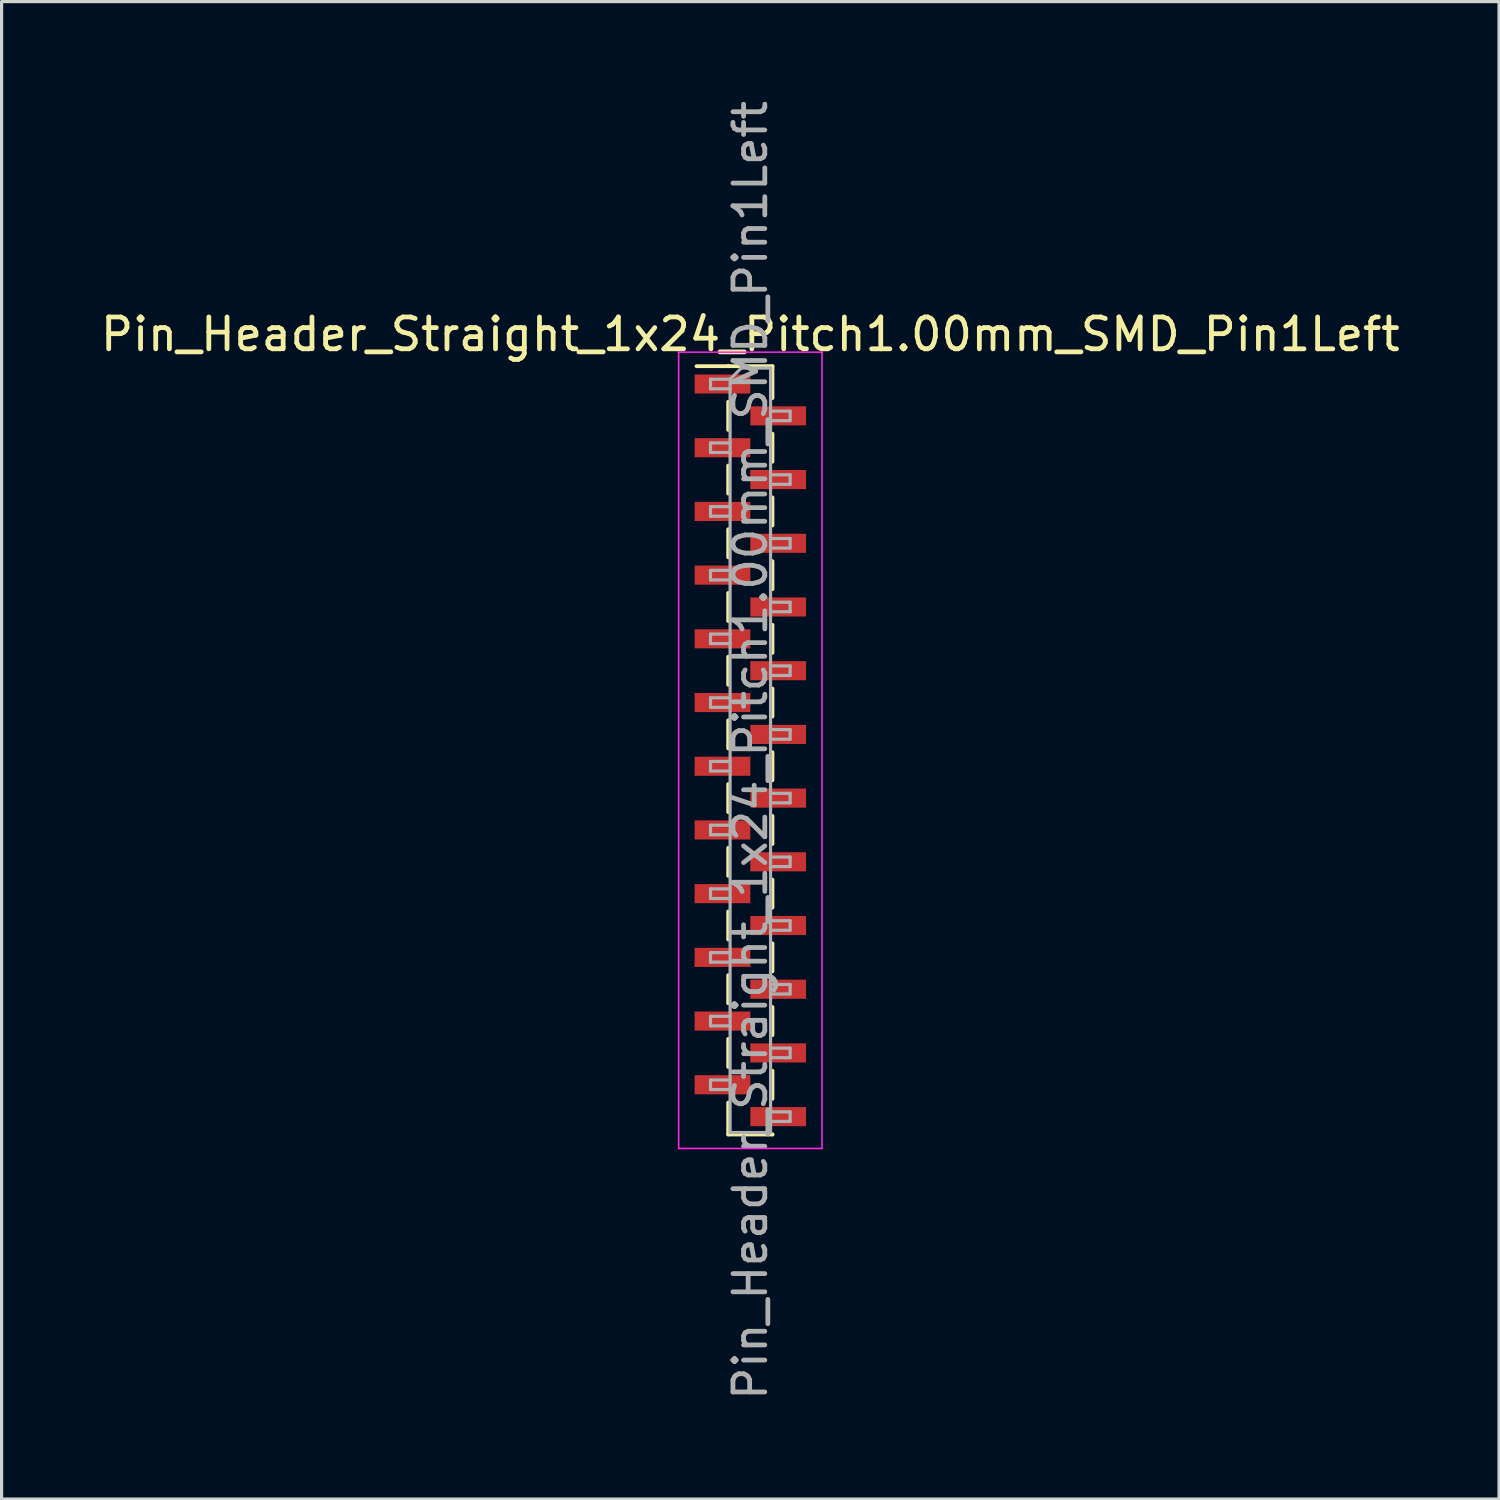
<source format=kicad_pcb>
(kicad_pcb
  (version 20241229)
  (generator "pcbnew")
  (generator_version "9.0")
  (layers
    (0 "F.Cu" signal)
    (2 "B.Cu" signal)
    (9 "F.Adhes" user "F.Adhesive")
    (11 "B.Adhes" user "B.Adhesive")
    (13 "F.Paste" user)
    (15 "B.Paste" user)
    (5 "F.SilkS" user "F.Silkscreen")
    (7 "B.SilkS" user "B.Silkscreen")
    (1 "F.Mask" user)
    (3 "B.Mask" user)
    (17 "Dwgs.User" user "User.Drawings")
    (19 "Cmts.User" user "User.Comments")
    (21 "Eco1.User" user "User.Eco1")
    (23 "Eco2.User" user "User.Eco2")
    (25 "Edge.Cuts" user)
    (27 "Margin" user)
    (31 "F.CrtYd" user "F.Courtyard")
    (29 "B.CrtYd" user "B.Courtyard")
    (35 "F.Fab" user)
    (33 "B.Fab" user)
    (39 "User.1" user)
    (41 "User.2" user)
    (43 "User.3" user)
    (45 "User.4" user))
  (footprint "Pin_Header_Straight_1x24_Pitch1.00mm_SMD_Pin1Left"
    (layer "F.Cu")
    (at 20.506 20.506)
    (property "Reference" "Pin_Header_Straight_1x24_Pitch1.00mm_SMD_Pin1Left" (at 0 -13.06 0) (layer "F.SilkS") (effects (font (size 1 1) (thickness 0.15))))
    (attr smd)
    (fp_line (start -0.695 -12.06) (end -1.69 -12.06) (stroke (width 0.12) (type solid)) (layer "F.SilkS"))
    (fp_line (start -0.695 -12.06) (end -0.695 -12.06) (stroke (width 0.12) (type solid)) (layer "F.SilkS"))
    (fp_line (start -0.695 -12.06) (end 0.695 -12.06) (stroke (width 0.12) (type solid)) (layer "F.SilkS"))
    (fp_line (start -0.695 -10.94) (end -0.695 -10.06) (stroke (width 0.12) (type solid)) (layer "F.SilkS"))
    (fp_line (start -0.695 -8.94) (end -0.695 -8.06) (stroke (width 0.12) (type solid)) (layer "F.SilkS"))
    (fp_line (start -0.695 -6.94) (end -0.695 -6.06) (stroke (width 0.12) (type solid)) (layer "F.SilkS"))
    (fp_line (start -0.695 -4.94) (end -0.695 -4.06) (stroke (width 0.12) (type solid)) (layer "F.SilkS"))
    (fp_line (start -0.695 -2.94) (end -0.695 -2.06) (stroke (width 0.12) (type solid)) (layer "F.SilkS"))
    (fp_line (start -0.695 -0.94) (end -0.695 -0.06) (stroke (width 0.12) (type solid)) (layer "F.SilkS"))
    (fp_line (start -0.695 1.06) (end -0.695 1.94) (stroke (width 0.12) (type solid)) (layer "F.SilkS"))
    (fp_line (start -0.695 3.06) (end -0.695 3.94) (stroke (width 0.12) (type solid)) (layer "F.SilkS"))
    (fp_line (start -0.695 5.06) (end -0.695 5.94) (stroke (width 0.12) (type solid)) (layer "F.SilkS"))
    (fp_line (start -0.695 7.06) (end -0.695 7.94) (stroke (width 0.12) (type solid)) (layer "F.SilkS"))
    (fp_line (start -0.695 9.06) (end -0.695 9.94) (stroke (width 0.12) (type solid)) (layer "F.SilkS"))
    (fp_line (start -0.695 11.06) (end -0.695 12.06) (stroke (width 0.12) (type solid)) (layer "F.SilkS"))
    (fp_line (start -0.695 12.06) (end 0.695 12.06) (stroke (width 0.12) (type solid)) (layer "F.SilkS"))
    (fp_line (start 0.695 -12.06) (end 0.695 -11.06) (stroke (width 0.12) (type solid)) (layer "F.SilkS"))
    (fp_line (start 0.695 -9.94) (end 0.695 -9.06) (stroke (width 0.12) (type solid)) (layer "F.SilkS"))
    (fp_line (start 0.695 -7.94) (end 0.695 -7.06) (stroke (width 0.12) (type solid)) (layer "F.SilkS"))
    (fp_line (start 0.695 -5.94) (end 0.695 -5.06) (stroke (width 0.12) (type solid)) (layer "F.SilkS"))
    (fp_line (start 0.695 -3.94) (end 0.695 -3.06) (stroke (width 0.12) (type solid)) (layer "F.SilkS"))
    (fp_line (start 0.695 -1.94) (end 0.695 -1.06) (stroke (width 0.12) (type solid)) (layer "F.SilkS"))
    (fp_line (start 0.695 0.06) (end 0.695 0.94) (stroke (width 0.12) (type solid)) (layer "F.SilkS"))
    (fp_line (start 0.695 2.06) (end 0.695 2.94) (stroke (width 0.12) (type solid)) (layer "F.SilkS"))
    (fp_line (start 0.695 4.06) (end 0.695 4.94) (stroke (width 0.12) (type solid)) (layer "F.SilkS"))
    (fp_line (start 0.695 6.06) (end 0.695 6.94) (stroke (width 0.12) (type solid)) (layer "F.SilkS"))
    (fp_line (start 0.695 8.06) (end 0.695 8.94) (stroke (width 0.12) (type solid)) (layer "F.SilkS"))
    (fp_line (start 0.695 10.06) (end 0.695 10.94) (stroke (width 0.12) (type solid)) (layer "F.SilkS"))
    (fp_line (start 0.695 12.06) (end 0.695 12.06) (stroke (width 0.12) (type solid)) (layer "F.SilkS"))
    (fp_line (start -2.25 -12.5) (end -2.25 12.5) (stroke (width 0.05) (type solid)) (layer "F.CrtYd"))
    (fp_line (start -2.25 12.5) (end 2.25 12.5) (stroke (width 0.05) (type solid)) (layer "F.CrtYd"))
    (fp_line (start 2.25 -12.5) (end -2.25 -12.5) (stroke (width 0.05) (type solid)) (layer "F.CrtYd"))
    (fp_line (start 2.25 12.5) (end 2.25 -12.5) (stroke (width 0.05) (type solid)) (layer "F.CrtYd"))
    (fp_line (start -1.25 -11.65) (end -1.25 -11.35) (stroke (width 0.1) (type solid)) (layer "F.Fab"))
    (fp_line (start -1.25 -11.35) (end -0.635 -11.35) (stroke (width 0.1) (type solid)) (layer "F.Fab"))
    (fp_line (start -1.25 -9.65) (end -1.25 -9.35) (stroke (width 0.1) (type solid)) (layer "F.Fab"))
    (fp_line (start -1.25 -9.35) (end -0.635 -9.35) (stroke (width 0.1) (type solid)) (layer "F.Fab"))
    (fp_line (start -1.25 -7.65) (end -1.25 -7.35) (stroke (width 0.1) (type solid)) (layer "F.Fab"))
    (fp_line (start -1.25 -7.35) (end -0.635 -7.35) (stroke (width 0.1) (type solid)) (layer "F.Fab"))
    (fp_line (start -1.25 -5.65) (end -1.25 -5.35) (stroke (width 0.1) (type solid)) (layer "F.Fab"))
    (fp_line (start -1.25 -5.35) (end -0.635 -5.35) (stroke (width 0.1) (type solid)) (layer "F.Fab"))
    (fp_line (start -1.25 -3.65) (end -1.25 -3.35) (stroke (width 0.1) (type solid)) (layer "F.Fab"))
    (fp_line (start -1.25 -3.35) (end -0.635 -3.35) (stroke (width 0.1) (type solid)) (layer "F.Fab"))
    (fp_line (start -1.25 -1.65) (end -1.25 -1.35) (stroke (width 0.1) (type solid)) (layer "F.Fab"))
    (fp_line (start -1.25 -1.35) (end -0.635 -1.35) (stroke (width 0.1) (type solid)) (layer "F.Fab"))
    (fp_line (start -1.25 0.35) (end -1.25 0.65) (stroke (width 0.1) (type solid)) (layer "F.Fab"))
    (fp_line (start -1.25 0.65) (end -0.635 0.65) (stroke (width 0.1) (type solid)) (layer "F.Fab"))
    (fp_line (start -1.25 2.35) (end -1.25 2.65) (stroke (width 0.1) (type solid)) (layer "F.Fab"))
    (fp_line (start -1.25 2.65) (end -0.635 2.65) (stroke (width 0.1) (type solid)) (layer "F.Fab"))
    (fp_line (start -1.25 4.35) (end -1.25 4.65) (stroke (width 0.1) (type solid)) (layer "F.Fab"))
    (fp_line (start -1.25 4.65) (end -0.635 4.65) (stroke (width 0.1) (type solid)) (layer "F.Fab"))
    (fp_line (start -1.25 6.35) (end -1.25 6.65) (stroke (width 0.1) (type solid)) (layer "F.Fab"))
    (fp_line (start -1.25 6.65) (end -0.635 6.65) (stroke (width 0.1) (type solid)) (layer "F.Fab"))
    (fp_line (start -1.25 8.35) (end -1.25 8.65) (stroke (width 0.1) (type solid)) (layer "F.Fab"))
    (fp_line (start -1.25 8.65) (end -0.635 8.65) (stroke (width 0.1) (type solid)) (layer "F.Fab"))
    (fp_line (start -1.25 10.35) (end -1.25 10.65) (stroke (width 0.1) (type solid)) (layer "F.Fab"))
    (fp_line (start -1.25 10.65) (end -0.635 10.65) (stroke (width 0.1) (type solid)) (layer "F.Fab"))
    (fp_line (start -0.635 -11.65) (end -1.25 -11.65) (stroke (width 0.1) (type solid)) (layer "F.Fab"))
    (fp_line (start -0.635 -11.65) (end -0.285 -12) (stroke (width 0.1) (type solid)) (layer "F.Fab"))
    (fp_line (start -0.635 -9.65) (end -1.25 -9.65) (stroke (width 0.1) (type solid)) (layer "F.Fab"))
    (fp_line (start -0.635 -7.65) (end -1.25 -7.65) (stroke (width 0.1) (type solid)) (layer "F.Fab"))
    (fp_line (start -0.635 -5.65) (end -1.25 -5.65) (stroke (width 0.1) (type solid)) (layer "F.Fab"))
    (fp_line (start -0.635 -3.65) (end -1.25 -3.65) (stroke (width 0.1) (type solid)) (layer "F.Fab"))
    (fp_line (start -0.635 -1.65) (end -1.25 -1.65) (stroke (width 0.1) (type solid)) (layer "F.Fab"))
    (fp_line (start -0.635 0.35) (end -1.25 0.35) (stroke (width 0.1) (type solid)) (layer "F.Fab"))
    (fp_line (start -0.635 2.35) (end -1.25 2.35) (stroke (width 0.1) (type solid)) (layer "F.Fab"))
    (fp_line (start -0.635 4.35) (end -1.25 4.35) (stroke (width 0.1) (type solid)) (layer "F.Fab"))
    (fp_line (start -0.635 6.35) (end -1.25 6.35) (stroke (width 0.1) (type solid)) (layer "F.Fab"))
    (fp_line (start -0.635 8.35) (end -1.25 8.35) (stroke (width 0.1) (type solid)) (layer "F.Fab"))
    (fp_line (start -0.635 10.35) (end -1.25 10.35) (stroke (width 0.1) (type solid)) (layer "F.Fab"))
    (fp_line (start -0.635 12) (end -0.635 -11.65) (stroke (width 0.1) (type solid)) (layer "F.Fab"))
    (fp_line (start -0.285 -12) (end 0.635 -12) (stroke (width 0.1) (type solid)) (layer "F.Fab"))
    (fp_line (start 0.635 -12) (end 0.635 12) (stroke (width 0.1) (type solid)) (layer "F.Fab"))
    (fp_line (start 0.635 -10.65) (end 1.25 -10.65) (stroke (width 0.1) (type solid)) (layer "F.Fab"))
    (fp_line (start 0.635 -8.65) (end 1.25 -8.65) (stroke (width 0.1) (type solid)) (layer "F.Fab"))
    (fp_line (start 0.635 -6.65) (end 1.25 -6.65) (stroke (width 0.1) (type solid)) (layer "F.Fab"))
    (fp_line (start 0.635 -4.65) (end 1.25 -4.65) (stroke (width 0.1) (type solid)) (layer "F.Fab"))
    (fp_line (start 0.635 -2.65) (end 1.25 -2.65) (stroke (width 0.1) (type solid)) (layer "F.Fab"))
    (fp_line (start 0.635 -0.65) (end 1.25 -0.65) (stroke (width 0.1) (type solid)) (layer "F.Fab"))
    (fp_line (start 0.635 1.35) (end 1.25 1.35) (stroke (width 0.1) (type solid)) (layer "F.Fab"))
    (fp_line (start 0.635 3.35) (end 1.25 3.35) (stroke (width 0.1) (type solid)) (layer "F.Fab"))
    (fp_line (start 0.635 5.35) (end 1.25 5.35) (stroke (width 0.1) (type solid)) (layer "F.Fab"))
    (fp_line (start 0.635 7.35) (end 1.25 7.35) (stroke (width 0.1) (type solid)) (layer "F.Fab"))
    (fp_line (start 0.635 9.35) (end 1.25 9.35) (stroke (width 0.1) (type solid)) (layer "F.Fab"))
    (fp_line (start 0.635 11.35) (end 1.25 11.35) (stroke (width 0.1) (type solid)) (layer "F.Fab"))
    (fp_line (start 0.635 12) (end -0.635 12) (stroke (width 0.1) (type solid)) (layer "F.Fab"))
    (fp_line (start 1.25 -10.65) (end 1.25 -10.35) (stroke (width 0.1) (type solid)) (layer "F.Fab"))
    (fp_line (start 1.25 -10.35) (end 0.635 -10.35) (stroke (width 0.1) (type solid)) (layer "F.Fab"))
    (fp_line (start 1.25 -8.65) (end 1.25 -8.35) (stroke (width 0.1) (type solid)) (layer "F.Fab"))
    (fp_line (start 1.25 -8.35) (end 0.635 -8.35) (stroke (width 0.1) (type solid)) (layer "F.Fab"))
    (fp_line (start 1.25 -6.65) (end 1.25 -6.35) (stroke (width 0.1) (type solid)) (layer "F.Fab"))
    (fp_line (start 1.25 -6.35) (end 0.635 -6.35) (stroke (width 0.1) (type solid)) (layer "F.Fab"))
    (fp_line (start 1.25 -4.65) (end 1.25 -4.35) (stroke (width 0.1) (type solid)) (layer "F.Fab"))
    (fp_line (start 1.25 -4.35) (end 0.635 -4.35) (stroke (width 0.1) (type solid)) (layer "F.Fab"))
    (fp_line (start 1.25 -2.65) (end 1.25 -2.35) (stroke (width 0.1) (type solid)) (layer "F.Fab"))
    (fp_line (start 1.25 -2.35) (end 0.635 -2.35) (stroke (width 0.1) (type solid)) (layer "F.Fab"))
    (fp_line (start 1.25 -0.65) (end 1.25 -0.35) (stroke (width 0.1) (type solid)) (layer "F.Fab"))
    (fp_line (start 1.25 -0.35) (end 0.635 -0.35) (stroke (width 0.1) (type solid)) (layer "F.Fab"))
    (fp_line (start 1.25 1.35) (end 1.25 1.65) (stroke (width 0.1) (type solid)) (layer "F.Fab"))
    (fp_line (start 1.25 1.65) (end 0.635 1.65) (stroke (width 0.1) (type solid)) (layer "F.Fab"))
    (fp_line (start 1.25 3.35) (end 1.25 3.65) (stroke (width 0.1) (type solid)) (layer "F.Fab"))
    (fp_line (start 1.25 3.65) (end 0.635 3.65) (stroke (width 0.1) (type solid)) (layer "F.Fab"))
    (fp_line (start 1.25 5.35) (end 1.25 5.65) (stroke (width 0.1) (type solid)) (layer "F.Fab"))
    (fp_line (start 1.25 5.65) (end 0.635 5.65) (stroke (width 0.1) (type solid)) (layer "F.Fab"))
    (fp_line (start 1.25 7.35) (end 1.25 7.65) (stroke (width 0.1) (type solid)) (layer "F.Fab"))
    (fp_line (start 1.25 7.65) (end 0.635 7.65) (stroke (width 0.1) (type solid)) (layer "F.Fab"))
    (fp_line (start 1.25 9.35) (end 1.25 9.65) (stroke (width 0.1) (type solid)) (layer "F.Fab"))
    (fp_line (start 1.25 9.65) (end 0.635 9.65) (stroke (width 0.1) (type solid)) (layer "F.Fab"))
    (fp_line (start 1.25 11.35) (end 1.25 11.65) (stroke (width 0.1) (type solid)) (layer "F.Fab"))
    (fp_line (start 1.25 11.65) (end 0.635 11.65) (stroke (width 0.1) (type solid)) (layer "F.Fab"))
    (fp_text user "${REFERENCE}" (at 0 0 90) (layer "F.Fab") (effects (font (size 1 1) (thickness 0.15))))
    (pad "1" smd rect (at -0.875 -11.5) (size 1.75 0.6) (layers "F.Cu" "F.Mask" "F.Paste"))
    (pad "2" smd rect (at 0.875 -10.5) (size 1.75 0.6) (layers "F.Cu" "F.Mask" "F.Paste"))
    (pad "3" smd rect (at -0.875 -9.5) (size 1.75 0.6) (layers "F.Cu" "F.Mask" "F.Paste"))
    (pad "4" smd rect (at 0.875 -8.5) (size 1.75 0.6) (layers "F.Cu" "F.Mask" "F.Paste"))
    (pad "5" smd rect (at -0.875 -7.5) (size 1.75 0.6) (layers "F.Cu" "F.Mask" "F.Paste"))
    (pad "6" smd rect (at 0.875 -6.5) (size 1.75 0.6) (layers "F.Cu" "F.Mask" "F.Paste"))
    (pad "7" smd rect (at -0.875 -5.5) (size 1.75 0.6) (layers "F.Cu" "F.Mask" "F.Paste"))
    (pad "8" smd rect (at 0.875 -4.5) (size 1.75 0.6) (layers "F.Cu" "F.Mask" "F.Paste"))
    (pad "9" smd rect (at -0.875 -3.5) (size 1.75 0.6) (layers "F.Cu" "F.Mask" "F.Paste"))
    (pad "10" smd rect (at 0.875 -2.5) (size 1.75 0.6) (layers "F.Cu" "F.Mask" "F.Paste"))
    (pad "11" smd rect (at -0.875 -1.5) (size 1.75 0.6) (layers "F.Cu" "F.Mask" "F.Paste"))
    (pad "12" smd rect (at 0.875 -0.5) (size 1.75 0.6) (layers "F.Cu" "F.Mask" "F.Paste"))
    (pad "13" smd rect (at -0.875 0.5) (size 1.75 0.6) (layers "F.Cu" "F.Mask" "F.Paste"))
    (pad "14" smd rect (at 0.875 1.5) (size 1.75 0.6) (layers "F.Cu" "F.Mask" "F.Paste"))
    (pad "15" smd rect (at -0.875 2.5) (size 1.75 0.6) (layers "F.Cu" "F.Mask" "F.Paste"))
    (pad "16" smd rect (at 0.875 3.5) (size 1.75 0.6) (layers "F.Cu" "F.Mask" "F.Paste"))
    (pad "17" smd rect (at -0.875 4.5) (size 1.75 0.6) (layers "F.Cu" "F.Mask" "F.Paste"))
    (pad "18" smd rect (at 0.875 5.5) (size 1.75 0.6) (layers "F.Cu" "F.Mask" "F.Paste"))
    (pad "19" smd rect (at -0.875 6.5) (size 1.75 0.6) (layers "F.Cu" "F.Mask" "F.Paste"))
    (pad "20" smd rect (at 0.875 7.5) (size 1.75 0.6) (layers "F.Cu" "F.Mask" "F.Paste"))
    (pad "21" smd rect (at -0.875 8.5) (size 1.75 0.6) (layers "F.Cu" "F.Mask" "F.Paste"))
    (pad "22" smd rect (at 0.875 9.5) (size 1.75 0.6) (layers "F.Cu" "F.Mask" "F.Paste"))
    (pad "23" smd rect (at -0.875 10.5) (size 1.75 0.6) (layers "F.Cu" "F.Mask" "F.Paste"))
    (pad "24" smd rect (at 0.875 11.5) (size 1.75 0.6) (layers "F.Cu" "F.Mask" "F.Paste")))
  (gr_rect
    (start -3 -3)
    (end 44.012 44.012)
    (stroke (width 0.1) (type default))
    (fill no)
    (layer "Edge.Cuts")))
</source>
